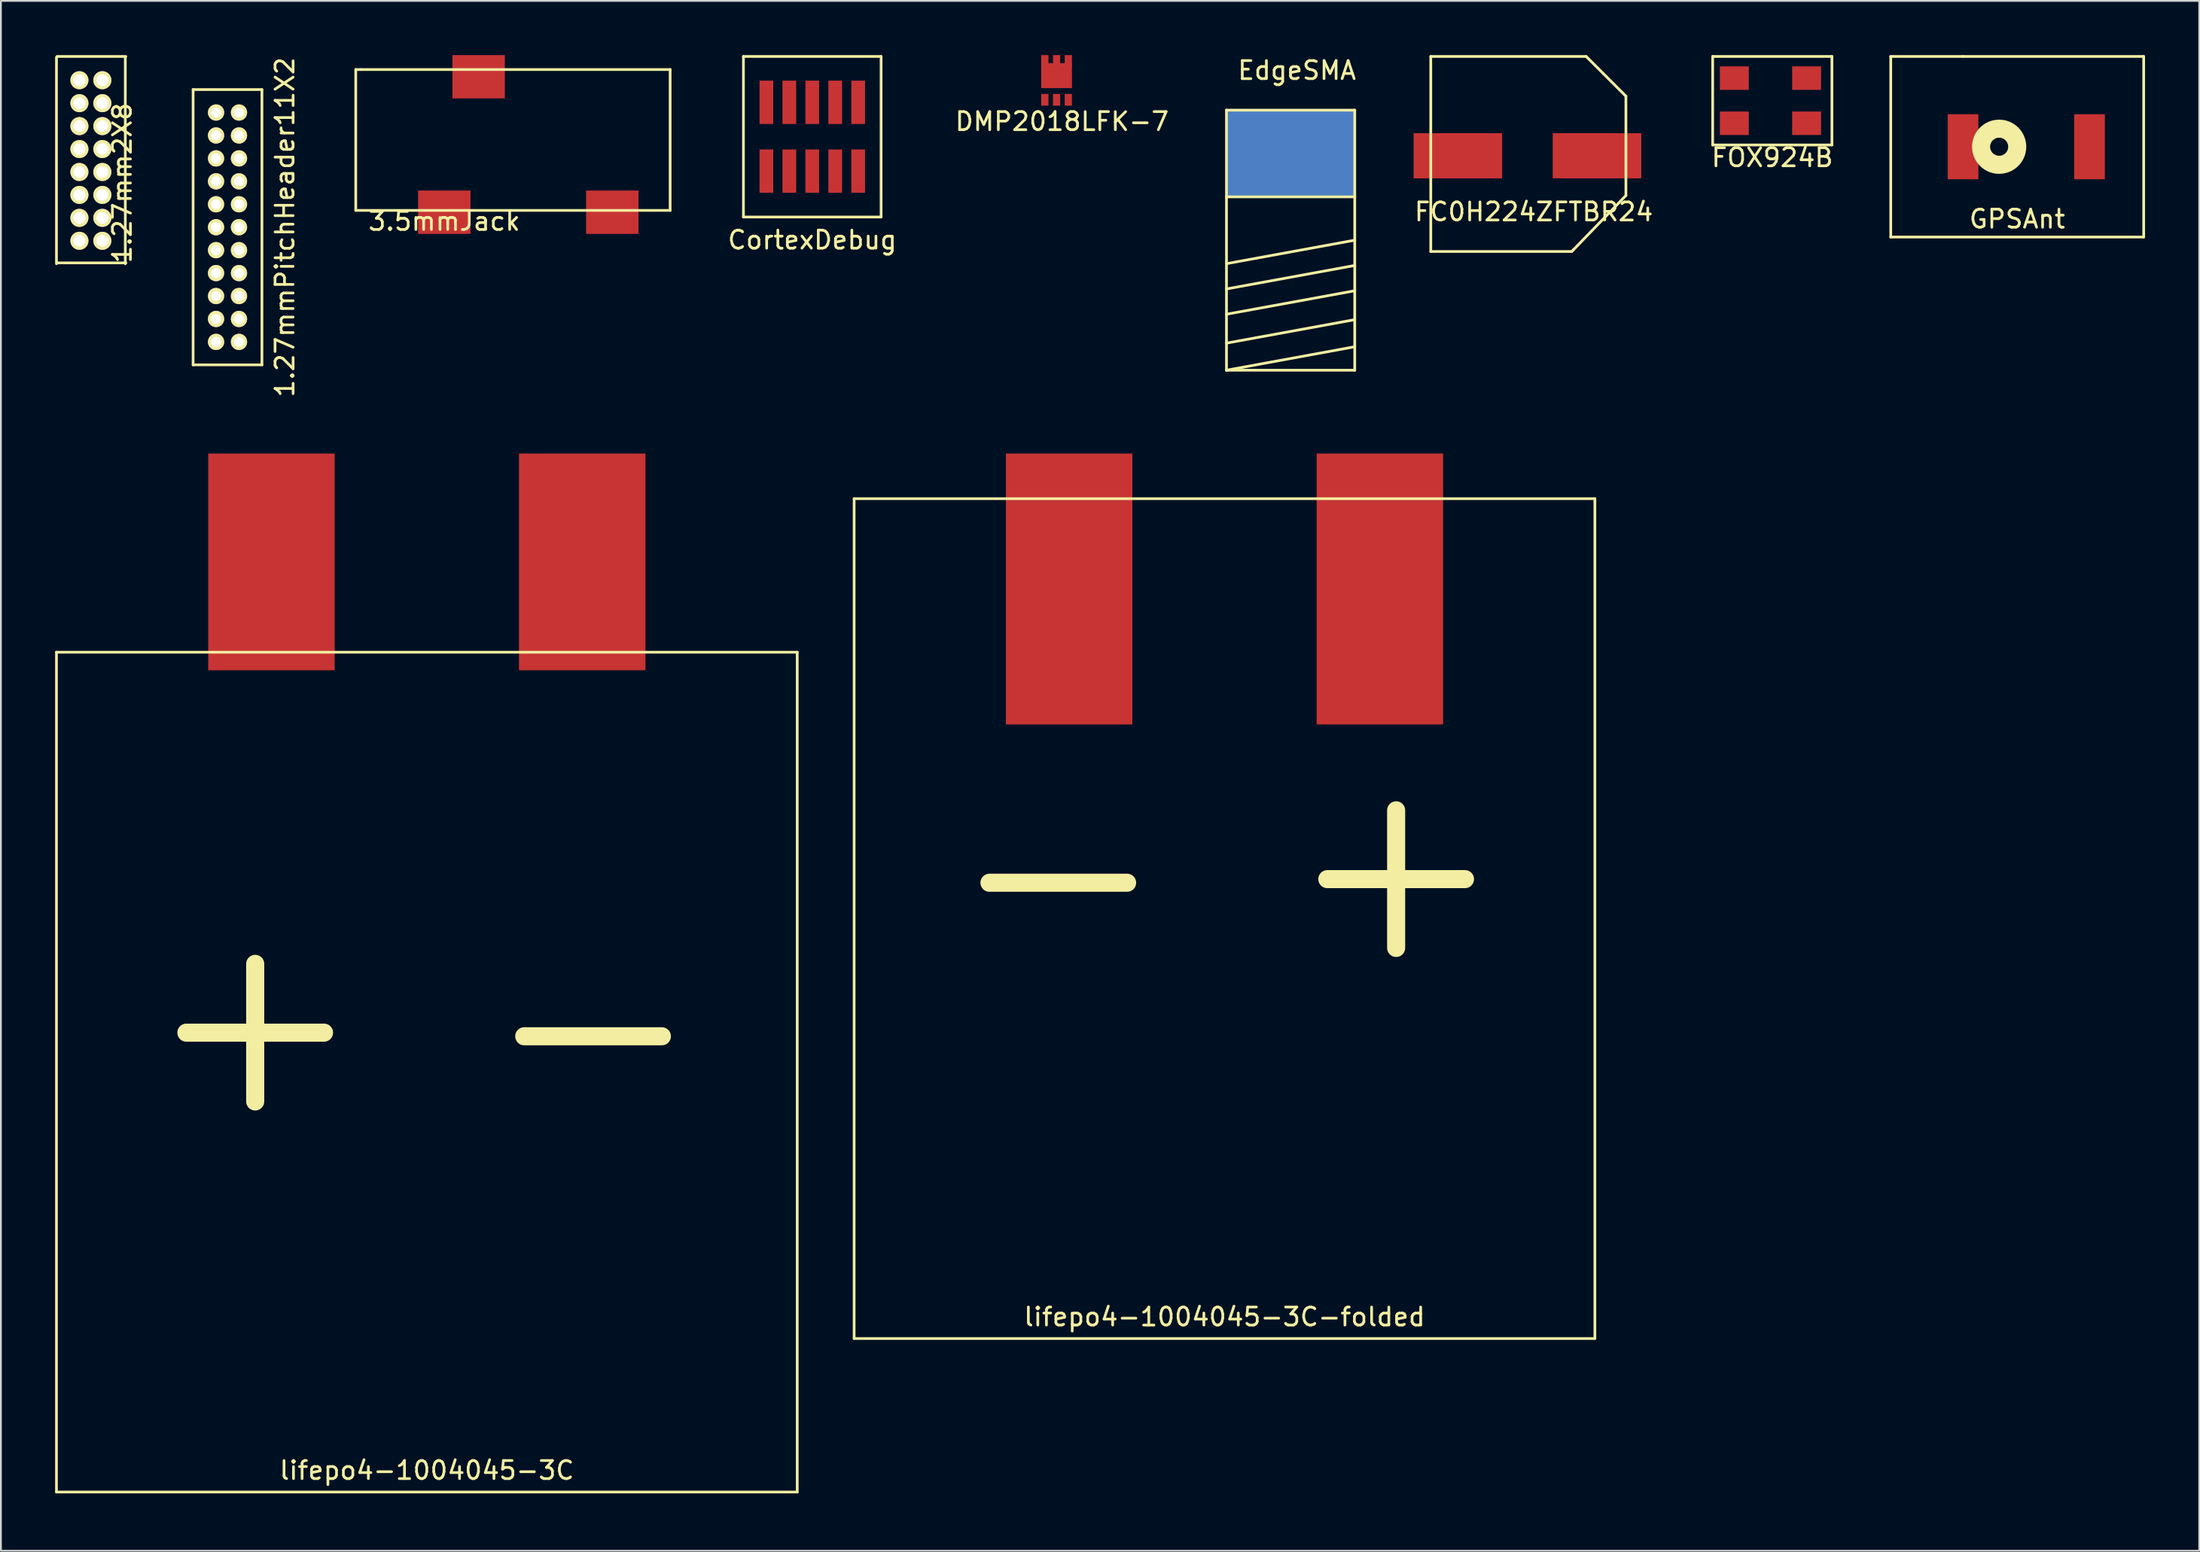
<source format=kicad_pcb>
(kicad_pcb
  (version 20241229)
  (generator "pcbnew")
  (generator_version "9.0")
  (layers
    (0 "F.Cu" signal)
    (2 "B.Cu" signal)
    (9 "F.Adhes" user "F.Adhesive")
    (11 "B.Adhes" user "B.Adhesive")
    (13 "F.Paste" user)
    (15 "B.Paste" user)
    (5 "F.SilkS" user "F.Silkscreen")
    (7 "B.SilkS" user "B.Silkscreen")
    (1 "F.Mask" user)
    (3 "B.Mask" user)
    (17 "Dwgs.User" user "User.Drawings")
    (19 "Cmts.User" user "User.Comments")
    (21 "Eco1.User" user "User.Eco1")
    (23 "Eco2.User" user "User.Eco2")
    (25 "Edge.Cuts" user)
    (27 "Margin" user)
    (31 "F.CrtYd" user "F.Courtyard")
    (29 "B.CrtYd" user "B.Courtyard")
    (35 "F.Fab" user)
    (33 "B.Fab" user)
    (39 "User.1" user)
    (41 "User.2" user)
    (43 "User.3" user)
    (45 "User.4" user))
  (footprint "lifepo4-1004045-3C-folded"
    (layer "F.Cu")
    (at 64.825 71.06)
    (property "Reference" "lifepo4-1004045-3C-folded" (at -0.1 -1.2 0) (layer "F.SilkS") (effects (font (size 1 1) (thickness 0.15))))
    (attr through_hole)
    (fp_line (start -20.6 -46.5) (end -20.6 0) (stroke (width 0.15) (type solid)) (layer "F.SilkS"))
    (fp_line (start -20.6 -46.5) (end 20.4 -46.5) (stroke (width 0.15) (type solid)) (layer "F.SilkS"))
    (fp_line (start -20.6 0) (end 20.4 0) (stroke (width 0.15) (type solid)) (layer "F.SilkS"))
    (fp_line (start 20.4 -46.5) (end 20.4 0) (stroke (width 0.15) (type solid)) (layer "F.SilkS"))
    (fp_text user "-" (at -9.3 -26 0) (layer "F.SilkS") (effects (font (size 10 10) (thickness 1))))
    (fp_text user "+" (at 9.4 -26.2 0) (layer "F.SilkS") (effects (font (size 10 10) (thickness 1))))
    (pad "1" smd rect (at 8.5 -41.5 180) (size 7 15) (layers "F.Cu" "F.Mask" "F.Paste"))
    (pad "2" smd rect (at -8.7 -41.5 180) (size 7 15) (layers "F.Cu" "F.Mask" "F.Paste")))
  (footprint "GPSAnt"
    (layer "F.Cu")
    (at 106.601 8.075)
    (property "Reference" "GPSAnt" (at 2 1 0) (layer "F.SilkS") (effects (font (size 1 1) (thickness 0.15))))
    (attr through_hole)
    (fp_line (start -5 -8) (end -1 -8) (stroke (width 0.15) (type solid)) (layer "F.SilkS"))
    (fp_line (start -5 2) (end -5 -8) (stroke (width 0.15) (type solid)) (layer "F.SilkS"))
    (fp_line (start -1 -8) (end 9 -8) (stroke (width 0.15) (type solid)) (layer "F.SilkS"))
    (fp_line (start 9 -8) (end 9 2) (stroke (width 0.15) (type solid)) (layer "F.SilkS"))
    (fp_line (start 9 2) (end -5 2) (stroke (width 0.15) (type solid)) (layer "F.SilkS"))
    (fp_circle (center 1 -3) (end 1 -2) (stroke (width 1) (type solid)) (fill no) (layer "F.SilkS"))
    (pad "1" smd rect (at -1 -3) (size 1.7 3.6) (layers "F.Cu" "F.Mask" "F.Paste"))
    (pad "2" smd rect (at 6 -3) (size 1.7 3.6) (layers "F.Cu" "F.Mask" "F.Paste")))
  (footprint "lifepo4-1004045-3C"
    (layer "F.Cu")
    (at 20.575 79.56)
    (property "Reference" "lifepo4-1004045-3C" (at 0 -1.2 0) (layer "F.SilkS") (effects (font (size 1 1) (thickness 0.15))))
    (attr through_hole)
    (fp_line (start -20.5 -46.5) (end -20.5 0) (stroke (width 0.15) (type solid)) (layer "F.SilkS"))
    (fp_line (start 20.5 -46.5) (end -20.5 -46.5) (stroke (width 0.15) (type solid)) (layer "F.SilkS"))
    (fp_line (start 20.5 -46.5) (end 20.5 0) (stroke (width 0.15) (type solid)) (layer "F.SilkS"))
    (fp_line (start 20.5 0) (end -20.5 0) (stroke (width 0.15) (type solid)) (layer "F.SilkS"))
    (fp_text user "-" (at 9.2 -26 0) (layer "F.SilkS") (effects (font (size 10 10) (thickness 1))))
    (fp_text user "+" (at -9.5 -26.2 0) (layer "F.SilkS") (effects (font (size 10 10) (thickness 1))))
    (pad "1" smd rect (at -8.6 -51.5) (size 7 12) (layers "F.Cu" "F.Mask" "F.Paste"))
    (pad "2" smd rect (at 8.6 -51.5) (size 7 12) (layers "F.Cu" "F.Mask" "F.Paste")))
  (footprint "1.27mm2X8"
    (layer "F.Cu")
    (at 2.615 10.282)
    (property "Reference" "1.27mm2X8" (at 1.1 -3.2 90) (layer "F.SilkS") (effects (font (size 1 1) (thickness 0.15))))
    (attr through_hole)
    (fp_line (start -2.54 1.27) (end -2.54 -10.16) (stroke (width 0.15) (type solid)) (layer "F.SilkS"))
    (fp_line (start -2.51 -10.207) (end 1.3 -10.207) (stroke (width 0.15) (type solid)) (layer "F.SilkS"))
    (fp_line (start 1.27 -10.16) (end 1.27 1.27) (stroke (width 0.15) (type solid)) (layer "F.SilkS"))
    (fp_line (start 1.3 1.223) (end -2.51 1.223) (stroke (width 0.15) (type solid)) (layer "F.SilkS"))
    (pad "1" thru_hole circle (at -1.27 -8.89) (size 1 1) (drill 0.65) (layers "*.Cu" "*.Mask" "F.SilkS"))
    (pad "2" thru_hole circle (at 0 -8.89) (size 1 1) (drill 0.65) (layers "*.Cu" "*.Mask" "F.SilkS"))
    (pad "3" thru_hole circle (at -1.27 -7.62) (size 1 1) (drill 0.65) (layers "*.Cu" "*.Mask" "F.SilkS"))
    (pad "4" thru_hole circle (at 0 -7.62) (size 1 1) (drill 0.65) (layers "*.Cu" "*.Mask" "F.SilkS"))
    (pad "5" thru_hole circle (at -1.27 -6.35) (size 1 1) (drill 0.65) (layers "*.Cu" "*.Mask" "F.SilkS"))
    (pad "6" thru_hole circle (at 0 -6.35) (size 1 1) (drill 0.65) (layers "*.Cu" "*.Mask" "F.SilkS"))
    (pad "7" thru_hole circle (at -1.27 -5.08) (size 1 1) (drill 0.65) (layers "*.Cu" "*.Mask" "F.SilkS"))
    (pad "8" thru_hole circle (at 0 -5.08) (size 1 1) (drill 0.65) (layers "*.Cu" "*.Mask" "F.SilkS"))
    (pad "9" thru_hole circle (at -1.27 -3.81) (size 1 1) (drill 0.65) (layers "*.Cu" "*.Mask" "F.SilkS"))
    (pad "10" thru_hole circle (at 0 -3.81) (size 1 1) (drill 0.65) (layers "*.Cu" "*.Mask" "F.SilkS"))
    (pad "11" thru_hole circle (at -1.27 -2.54) (size 1 1) (drill 0.65) (layers "*.Cu" "*.Mask" "F.SilkS"))
    (pad "12" thru_hole circle (at 0 -2.54) (size 1 1) (drill 0.65) (layers "*.Cu" "*.Mask" "F.SilkS"))
    (pad "13" thru_hole circle (at -1.27 -1.27) (size 1 1) (drill 0.65) (layers "*.Cu" "*.Mask" "F.SilkS"))
    (pad "14" thru_hole circle (at 0 -1.27) (size 1 1) (drill 0.65) (layers "*.Cu" "*.Mask" "F.SilkS"))
    (pad "15" thru_hole circle (at -1.27 0) (size 1 1) (drill 0.65) (layers "*.Cu" "*.Mask" "F.SilkS"))
    (pad "16" thru_hole circle (at 0 0) (size 1 1) (drill 0.65) (layers "*.Cu" "*.Mask" "F.SilkS")))
  (footprint "FOX924B"
    (layer "F.Cu")
    (at 92.944 1.275)
    (property "Reference" "FOX924B" (at 2.1 4.4 0) (layer "F.SilkS") (effects (font (size 1 1) (thickness 0.15))))
    (attr through_hole)
    (fp_line (start -1.2 -1.2) (end 5.4 -1.2) (stroke (width 0.15) (type solid)) (layer "F.SilkS"))
    (fp_line (start -1.2 3.7) (end -1.2 -1.2) (stroke (width 0.15) (type solid)) (layer "F.SilkS"))
    (fp_line (start 5.4 -1.2) (end 5.4 3.7) (stroke (width 0.15) (type solid)) (layer "F.SilkS"))
    (fp_line (start 5.4 3.7) (end -1.2 3.7) (stroke (width 0.15) (type solid)) (layer "F.SilkS"))
    (pad "1" smd rect (at 0 0) (size 1.6 1.3) (layers "F.Cu" "F.Mask" "F.Paste"))
    (pad "2" smd rect (at 4 0) (size 1.6 1.3) (layers "F.Cu" "F.Mask" "F.Paste"))
    (pad "3" smd rect (at 4 2.5) (size 1.6 1.3) (layers "F.Cu" "F.Mask" "F.Paste"))
    (pad "4" smd rect (at 0 2.5) (size 1.6 1.3) (layers "F.Cu" "F.Mask" "F.Paste")))
  (footprint "1.27mmPitchHeader11X2"
    (layer "F.Cu")
    (at 10.178 10.8)
    (property "Reference" "1.27mmPitchHeader11X2" (at 2.54 -1.27 90) (layer "F.SilkS") (effects (font (size 1 1) (thickness 0.15))))
    (attr through_hole)
    (fp_line (start -2.54 -8.89) (end 1.27 -8.89) (stroke (width 0.15) (type solid)) (layer "F.SilkS"))
    (fp_line (start -2.54 6.35) (end -2.54 -8.89) (stroke (width 0.15) (type solid)) (layer "F.SilkS"))
    (fp_line (start 1.27 -8.89) (end 1.27 6.35) (stroke (width 0.15) (type solid)) (layer "F.SilkS"))
    (fp_line (start 1.27 6.35) (end -2.54 6.35) (stroke (width 0.15) (type solid)) (layer "F.SilkS"))
    (pad "1" thru_hole circle (at -1.27 -7.62) (size 0.9 0.9) (drill 0.55) (layers "*.Cu" "*.Mask" "F.SilkS"))
    (pad "2" thru_hole circle (at 0 -7.62) (size 0.9 0.9) (drill 0.55) (layers "*.Cu" "*.Mask" "F.SilkS"))
    (pad "3" thru_hole circle (at -1.27 -6.35) (size 0.9 0.9) (drill 0.55) (layers "*.Cu" "*.Mask" "F.SilkS"))
    (pad "4" thru_hole circle (at 0 -6.35) (size 0.9 0.9) (drill 0.55) (layers "*.Cu" "*.Mask" "F.SilkS"))
    (pad "5" thru_hole circle (at -1.27 -5.08) (size 0.9 0.9) (drill 0.55) (layers "*.Cu" "*.Mask" "F.SilkS"))
    (pad "6" thru_hole circle (at 0 -5.08) (size 0.9 0.9) (drill 0.55) (layers "*.Cu" "*.Mask" "F.SilkS"))
    (pad "7" thru_hole circle (at -1.27 -3.81) (size 0.9 0.9) (drill 0.55) (layers "*.Cu" "*.Mask" "F.SilkS"))
    (pad "8" thru_hole circle (at 0 -3.81) (size 0.9 0.9) (drill 0.55) (layers "*.Cu" "*.Mask" "F.SilkS"))
    (pad "9" thru_hole circle (at -1.27 -2.54) (size 0.9 0.9) (drill 0.55) (layers "*.Cu" "*.Mask" "F.SilkS"))
    (pad "10" thru_hole circle (at 0 -2.54) (size 0.9 0.9) (drill 0.55) (layers "*.Cu" "*.Mask" "F.SilkS"))
    (pad "11" thru_hole circle (at -1.27 -1.27) (size 0.9 0.9) (drill 0.55) (layers "*.Cu" "*.Mask" "F.SilkS"))
    (pad "12" thru_hole circle (at 0 -1.27) (size 0.9 0.9) (drill 0.55) (layers "*.Cu" "*.Mask" "F.SilkS"))
    (pad "13" thru_hole circle (at -1.27 0) (size 0.9 0.9) (drill 0.55) (layers "*.Cu" "*.Mask" "F.SilkS"))
    (pad "14" thru_hole circle (at 0 0) (size 0.9 0.9) (drill 0.55) (layers "*.Cu" "*.Mask" "F.SilkS"))
    (pad "15" thru_hole circle (at -1.27 1.27) (size 0.9 0.9) (drill 0.55) (layers "*.Cu" "*.Mask" "F.SilkS"))
    (pad "16" thru_hole circle (at 0 1.27) (size 0.9 0.9) (drill 0.55) (layers "*.Cu" "*.Mask" "F.SilkS"))
    (pad "17" thru_hole circle (at -1.27 2.54) (size 0.9 0.9) (drill 0.55) (layers "*.Cu" "*.Mask" "F.SilkS"))
    (pad "18" thru_hole circle (at 0 2.54) (size 0.9 0.9) (drill 0.55) (layers "*.Cu" "*.Mask" "F.SilkS"))
    (pad "19" thru_hole circle (at -1.27 3.81) (size 0.9 0.9) (drill 0.55) (layers "*.Cu" "*.Mask" "F.SilkS"))
    (pad "20" thru_hole circle (at 0 3.81) (size 0.9 0.9) (drill 0.55) (layers "*.Cu" "*.Mask" "F.SilkS"))
    (pad "21" thru_hole circle (at -1.27 5.08) (size 0.9 0.9) (drill 0.55) (layers "*.Cu" "*.Mask" "F.SilkS"))
    (pad "22" thru_hole circle (at 0 5.08) (size 0.9 0.9) (drill 0.55) (layers "*.Cu" "*.Mask" "F.SilkS")))
  (footprint "3.5mmJack"
    (layer "F.Cu")
    (at 21.541 8.7)
    (property "Reference" "3.5mmJack" (at 0 0.5 0) (layer "F.SilkS") (effects (font (size 1 1) (thickness 0.15))))
    (attr through_hole)
    (fp_line (start -4.9 -7.9) (end -4.6 -7.9) (stroke (width 0.15) (type solid)) (layer "F.SilkS"))
    (fp_line (start -4.9 -0.1) (end -4.9 -7.9) (stroke (width 0.15) (type solid)) (layer "F.SilkS"))
    (fp_line (start -4.6 -7.9) (end 12.5 -7.9) (stroke (width 0.15) (type solid)) (layer "F.SilkS"))
    (fp_line (start 12.5 -7.9) (end 12.5 -0.1) (stroke (width 0.15) (type solid)) (layer "F.SilkS"))
    (fp_line (start 12.5 -0.1) (end -4.9 -0.1) (stroke (width 0.15) (type solid)) (layer "F.SilkS"))
    (pad "1" smd rect (at 9.3 0) (size 2.9 2.4) (layers "F.Cu" "F.Mask" "F.Paste"))
    (pad "4" smd rect (at 1.9 -7.5) (size 2.9 2.4) (layers "F.Cu" "F.Mask" "F.Paste"))
    (pad "5" smd rect (at 0 0) (size 2.9 2.4) (layers "F.Cu" "F.Mask" "F.Paste")))
  (footprint "EdgeSMA"
    (layer "F.Cu")
    (at 65.634 9.448)
    (property "Reference" "EdgeSMA" (at 3.1 -8.6 0) (layer "F.SilkS") (effects (font (size 1 1) (thickness 0.15))))
    (attr through_hole)
    (fp_line (start -0.8 -6.4) (end 6.3 -6.4) (stroke (width 0.15) (type solid)) (layer "F.SilkS"))
    (fp_line (start -0.8 -1.6) (end -0.8 -6.4) (stroke (width 0.15) (type solid)) (layer "F.SilkS"))
    (fp_line (start -0.8 -1.6) (end -0.8 8) (stroke (width 0.15) (type solid)) (layer "F.SilkS"))
    (fp_line (start -0.8 2.1) (end 6.3 0.8) (stroke (width 0.15) (type solid)) (layer "F.SilkS"))
    (fp_line (start -0.8 3.5) (end 6.3 2.2) (stroke (width 0.15) (type solid)) (layer "F.SilkS"))
    (fp_line (start -0.8 4.9) (end 6.3 3.6) (stroke (width 0.15) (type solid)) (layer "F.SilkS"))
    (fp_line (start -0.8 6.5) (end 6.3 5.2) (stroke (width 0.15) (type solid)) (layer "F.SilkS"))
    (fp_line (start -0.8 8) (end 6.3 6.7) (stroke (width 0.15) (type solid)) (layer "F.SilkS"))
    (fp_line (start -0.8 8) (end 6.3 8) (stroke (width 0.15) (type solid)) (layer "F.SilkS"))
    (fp_line (start 6.3 -6.4) (end 6.3 -1.6) (stroke (width 0.15) (type solid)) (layer "F.SilkS"))
    (fp_line (start 6.3 -1.6) (end -0.8 -1.6) (stroke (width 0.15) (type solid)) (layer "F.SilkS"))
    (fp_line (start 6.3 8) (end 6.3 -1.6) (stroke (width 0.15) (type solid)) (layer "F.SilkS"))
    (pad "1" smd rect (at 2.754 -3.7) (size 1.524 4.2) (layers "F.Cu" "F.Mask" "F.Paste"))
    (pad "SHLD" smd rect (at 0 -4) (size 1.524 4.7) (layers "*.Cu" "*.Paste" "*.Mask"))
    (pad "SHLD" smd rect (at 2.754 -4) (size 4.3 4.7) (layers "*.Paste" "*.Mask" "B.Cu"))
    (pad "SHLD" smd rect (at 5.54 -4) (size 1.524 4.7) (layers "*.Cu" "*.Paste" "*.Mask")))
  (footprint "FC0H224ZFTBR24"
    (layer "F.Cu")
    (at 76.142 10.875)
    (property "Reference" "FC0H224ZFTBR24" (at 5.7 -2.2 0) (layer "F.SilkS") (effects (font (size 1 1) (thickness 0.15))))
    (attr through_hole)
    (fp_line (start 0 -10.8) (end 8.6 -10.8) (stroke (width 0.15) (type solid)) (layer "F.SilkS"))
    (fp_line (start 0 0) (end 0 -10.8) (stroke (width 0.15) (type solid)) (layer "F.SilkS"))
    (fp_line (start 7.8 0) (end 0 0) (stroke (width 0.15) (type solid)) (layer "F.SilkS"))
    (fp_line (start 7.9 -0.1) (end 7.8 0) (stroke (width 0.15) (type solid)) (layer "F.SilkS"))
    (fp_line (start 8.6 -10.8) (end 10.8 -8.6) (stroke (width 0.15) (type solid)) (layer "F.SilkS"))
    (fp_line (start 10.8 -8.6) (end 10.8 -3.1) (stroke (width 0.15) (type solid)) (layer "F.SilkS"))
    (fp_line (start 10.8 -3.1) (end 7.9 -0.1) (stroke (width 0.15) (type solid)) (layer "F.SilkS"))
    (pad "1" smd rect (at 1.5 -5.3) (size 4.9 2.5) (layers "F.Cu" "F.Mask" "F.Paste"))
    (pad "1" smd rect (at 9.2 -5.3) (size 4.9 2.5) (layers "F.Cu" "F.Mask" "F.Paste")))
  (footprint "DMP2018LFK-7"
    (layer "F.Cu")
    (at 55.43 2.475)
    (property "Reference" "DMP2018LFK-7" (at 0.3 1.2 0) (layer "F.SilkS") (effects (font (size 1 1) (thickness 0.15))))
    (attr through_hole)
    (pad "D" smd rect (at -0.65 -2.15) (size 0.4 0.65) (layers "F.Cu" "F.Mask" "F.Paste"))
    (pad "D" smd rect (at 0 -2.15) (size 0.4 0.65) (layers "F.Cu" "F.Mask" "F.Paste"))
    (pad "D" smd rect (at 0 -1.335) (size 1.7 1.38) (layers "F.Cu" "F.Mask" "F.Paste"))
    (pad "D" smd rect (at 0.65 -2.15) (size 0.4 0.65) (layers "F.Cu" "F.Mask" "F.Paste"))
    (pad "G" smd rect (at 0.65 0) (size 0.4 0.65) (layers "F.Cu" "F.Mask" "F.Paste"))
    (pad "S" smd rect (at -0.65 0) (size 0.4 0.65) (layers "F.Cu" "F.Mask" "F.Paste"))
    (pad "S" smd rect (at 0 0) (size 0.4 0.65) (layers "F.Cu" "F.Mask" "F.Paste")))
  (footprint "CortexDebug"
    (layer "F.Cu")
    (at 40.638 5.155)
    (property "Reference" "CortexDebug" (at 1.27 5.08 0) (layer "F.SilkS") (effects (font (size 1 1) (thickness 0.15))))
    (attr through_hole)
    (fp_line (start -2.54 -5.08) (end 5.08 -5.08) (stroke (width 0.15) (type solid)) (layer "F.SilkS"))
    (fp_line (start -2.54 3.81) (end -2.54 -5.08) (stroke (width 0.15) (type solid)) (layer "F.SilkS"))
    (fp_line (start 5.08 -5.08) (end 5.08 3.81) (stroke (width 0.15) (type solid)) (layer "F.SilkS"))
    (fp_line (start 5.08 3.81) (end -2.54 3.81) (stroke (width 0.15) (type solid)) (layer "F.SilkS"))
    (pad "1" smd rect (at -1.27 1.27) (size 0.76 2.4) (layers "F.Cu" "F.Mask" "F.Paste"))
    (pad "2" smd rect (at -1.27 -2.54) (size 0.76 2.4) (layers "F.Cu" "F.Mask" "F.Paste"))
    (pad "3" smd rect (at 0 1.27) (size 0.76 2.4) (layers "F.Cu" "F.Mask" "F.Paste"))
    (pad "4" smd rect (at 0 -2.54) (size 0.76 2.4) (layers "F.Cu" "F.Mask" "F.Paste"))
    (pad "5" smd rect (at 1.27 1.27) (size 0.76 2.4) (layers "F.Cu" "F.Mask" "F.Paste"))
    (pad "6" smd rect (at 1.27 -2.54) (size 0.76 2.4) (layers "F.Cu" "F.Mask" "F.Paste"))
    (pad "7" smd rect (at 2.54 1.27) (size 0.76 2.4) (layers "F.Cu" "F.Mask" "F.Paste"))
    (pad "8" smd rect (at 2.54 -2.54) (size 0.76 2.4) (layers "F.Cu" "F.Mask" "F.Paste"))
    (pad "9" smd rect (at 3.81 1.27) (size 0.76 2.4) (layers "F.Cu" "F.Mask" "F.Paste"))
    (pad "10" smd rect (at 3.81 -2.54) (size 0.76 2.4) (layers "F.Cu" "F.Mask" "F.Paste")))
  (gr_rect
    (start -3 -3)
    (end 118.676 82.81)
    (stroke (width 0.1) (type default))
    (fill no)
    (layer "Edge.Cuts")))
</source>
